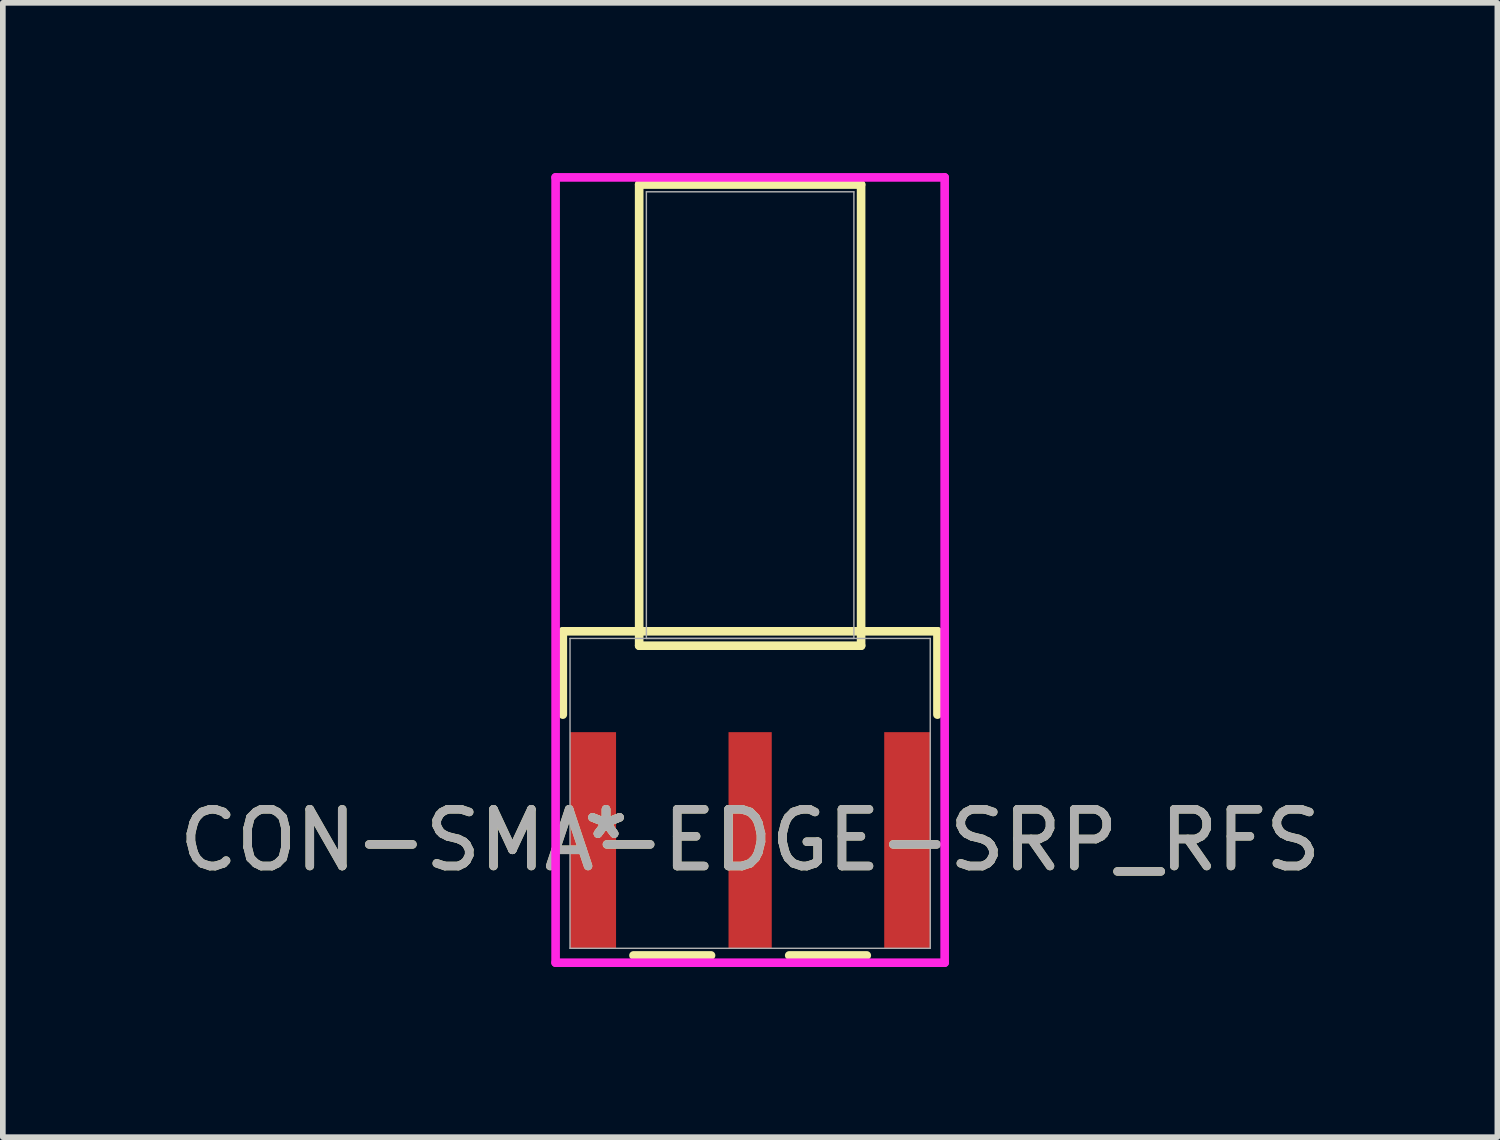
<source format=kicad_pcb>
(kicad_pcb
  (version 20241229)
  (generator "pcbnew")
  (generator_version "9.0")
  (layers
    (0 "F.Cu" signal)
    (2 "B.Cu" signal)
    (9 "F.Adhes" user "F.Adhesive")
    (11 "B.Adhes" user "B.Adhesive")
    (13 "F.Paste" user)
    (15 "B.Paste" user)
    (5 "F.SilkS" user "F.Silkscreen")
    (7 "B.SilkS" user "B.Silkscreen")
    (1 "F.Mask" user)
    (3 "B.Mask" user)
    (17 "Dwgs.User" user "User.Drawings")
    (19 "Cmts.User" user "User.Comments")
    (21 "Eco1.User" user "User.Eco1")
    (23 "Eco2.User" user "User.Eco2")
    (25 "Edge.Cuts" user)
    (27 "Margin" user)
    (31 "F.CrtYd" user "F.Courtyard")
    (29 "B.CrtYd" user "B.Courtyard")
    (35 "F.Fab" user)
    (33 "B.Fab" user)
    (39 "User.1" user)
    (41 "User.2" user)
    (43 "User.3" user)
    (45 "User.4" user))
  (footprint "CON-SMA-EDGE-SRP_RFS"
    (layer "F.Cu")
    (at 10.173 10.935)
    (property "Reference" "CON-SMA-EDGE-SRP_RFS" (at 0 0.826 0) (unlocked yes) (layer "F.SilkS") (effects (font (size 1 1) (thickness 0.15))))
    (attr smd)
    (fp_line (start -3.302 -2.857) (end -3.302 -1.388) (stroke (width 0.152) (type solid)) (layer "F.SilkS"))
    (fp_line (start -2.056 2.857) (end -0.689 2.857) (stroke (width 0.152) (type solid)) (layer "F.SilkS"))
    (fp_line (start -1.956 -10.732) (end -1.956 -2.603) (stroke (width 0.152) (type solid)) (layer "F.SilkS"))
    (fp_line (start -1.956 -2.603) (end 1.956 -2.603) (stroke (width 0.152) (type solid)) (layer "F.SilkS"))
    (fp_line (start 0.689 2.857) (end 2.056 2.857) (stroke (width 0.152) (type solid)) (layer "F.SilkS"))
    (fp_line (start 1.956 -10.732) (end -1.956 -10.732) (stroke (width 0.152) (type solid)) (layer "F.SilkS"))
    (fp_line (start 1.956 -2.603) (end 1.956 -10.732) (stroke (width 0.152) (type solid)) (layer "F.SilkS"))
    (fp_line (start 3.302 -2.857) (end -3.302 -2.857) (stroke (width 0.152) (type solid)) (layer "F.SilkS"))
    (fp_line (start 3.302 -1.388) (end 3.302 -2.857) (stroke (width 0.152) (type solid)) (layer "F.SilkS"))
    (fp_line (start -3.429 -10.858) (end -3.429 2.985) (stroke (width 0.152) (type solid)) (layer "F.CrtYd"))
    (fp_line (start -3.429 2.985) (end 3.429 2.985) (stroke (width 0.152) (type solid)) (layer "F.CrtYd"))
    (fp_line (start 3.429 -10.858) (end -3.429 -10.858) (stroke (width 0.152) (type solid)) (layer "F.CrtYd"))
    (fp_line (start 3.429 2.985) (end 3.429 -10.858) (stroke (width 0.152) (type solid)) (layer "F.CrtYd"))
    (fp_line (start -3.175 -2.731) (end -3.175 2.731) (stroke (width 0.025) (type solid)) (layer "F.Fab"))
    (fp_line (start -3.175 2.731) (end 3.175 2.731) (stroke (width 0.025) (type solid)) (layer "F.Fab"))
    (fp_line (start -1.829 -10.604) (end -1.829 -2.731) (stroke (width 0.025) (type solid)) (layer "F.Fab"))
    (fp_line (start -1.829 -2.731) (end 1.829 -2.731) (stroke (width 0.025) (type solid)) (layer "F.Fab"))
    (fp_line (start 1.829 -10.604) (end -1.829 -10.604) (stroke (width 0.025) (type solid)) (layer "F.Fab"))
    (fp_line (start 1.829 -2.731) (end 1.829 -10.604) (stroke (width 0.025) (type solid)) (layer "F.Fab"))
    (fp_line (start 3.175 -2.731) (end -3.175 -2.731) (stroke (width 0.025) (type solid)) (layer "F.Fab"))
    (fp_line (start 3.175 2.731) (end 3.175 -2.731) (stroke (width 0.025) (type solid)) (layer "F.Fab"))
    (fp_text user "*" (at -2.54 0.826 0) (layer "F.SilkS") (effects (font (size 1 1) (thickness 0.15))))
    (fp_text user "*" (at -2.54 0.826 0) (unlocked yes) (layer "F.SilkS") (effects (font (size 1 1) (thickness 0.15))))
    (fp_text user "${REFERENCE}" (at 0 0.826 0) (unlocked yes) (layer "F.Fab") (effects (font (size 1 1) (thickness 0.15))))
    (fp_text user "*" (at -2.54 0.826 0) (layer "F.Fab") (effects (font (size 1 1) (thickness 0.15))))
    (fp_text user "*" (at -2.54 0.826 0) (unlocked yes) (layer "F.Fab") (effects (font (size 1 1) (thickness 0.15))))
    (pad "1" smd rect (at 0 0.826) (size 0.762 3.81) (layers "F.Cu" "F.Mask" "F.Paste"))
    (pad "2" smd rect (at -2.77 0.826) (size 0.813 3.81) (layers "F.Cu" "F.Mask" "F.Paste"))
    (pad "3" smd rect (at 2.77 0.826) (size 0.813 3.81) (layers "F.Cu" "F.Mask" "F.Paste")))
  (gr_rect
    (start -3 -3)
    (end 23.345 16.995)
    (stroke (width 0.1) (type default))
    (fill no)
    (layer "Edge.Cuts")))
</source>
